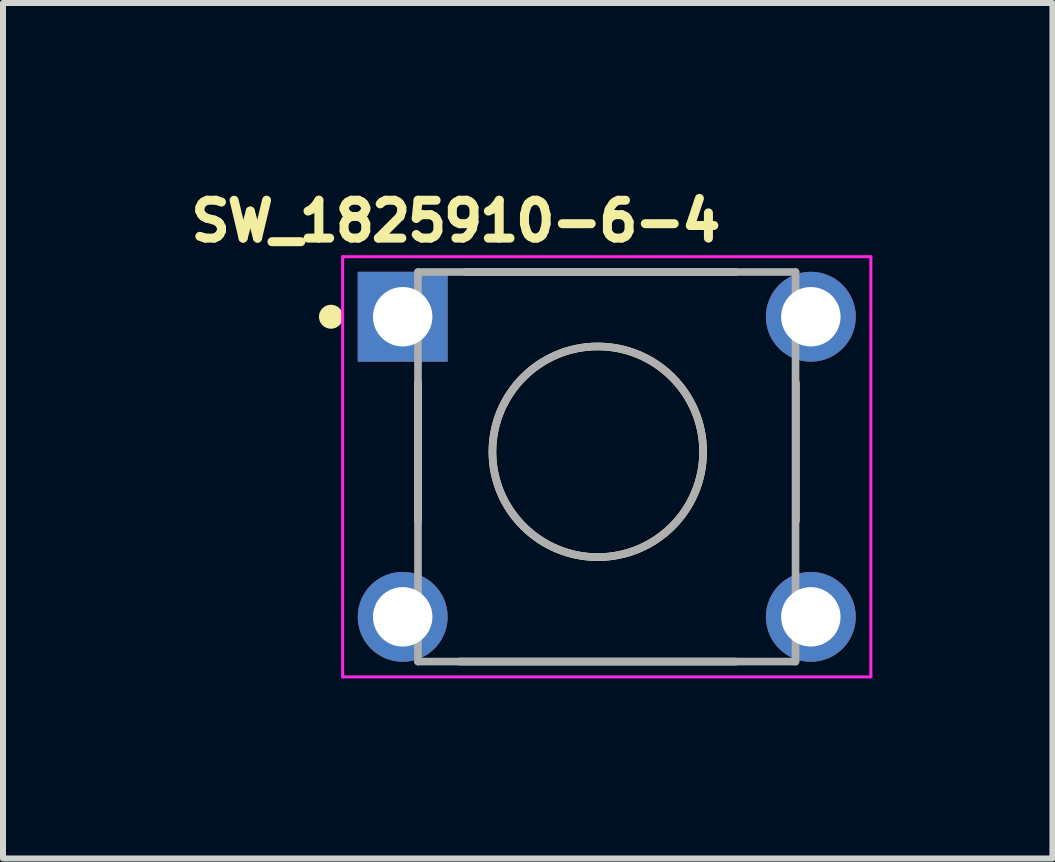
<source format=kicad_pcb>
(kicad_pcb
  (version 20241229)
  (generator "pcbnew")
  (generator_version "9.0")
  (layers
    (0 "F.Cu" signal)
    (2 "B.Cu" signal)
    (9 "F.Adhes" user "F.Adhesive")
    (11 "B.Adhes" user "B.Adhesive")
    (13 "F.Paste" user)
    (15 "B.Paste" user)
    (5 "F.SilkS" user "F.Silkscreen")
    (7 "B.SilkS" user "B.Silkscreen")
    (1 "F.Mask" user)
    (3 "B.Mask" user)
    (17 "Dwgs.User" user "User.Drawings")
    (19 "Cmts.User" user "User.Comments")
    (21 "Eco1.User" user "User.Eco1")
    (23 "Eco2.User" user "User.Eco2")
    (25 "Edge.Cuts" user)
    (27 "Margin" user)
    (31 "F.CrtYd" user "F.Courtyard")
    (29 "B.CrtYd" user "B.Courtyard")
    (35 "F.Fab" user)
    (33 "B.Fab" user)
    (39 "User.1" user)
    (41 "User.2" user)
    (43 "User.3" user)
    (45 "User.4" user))
  (footprint "SW_1825910-6-4"
    (layer "F.Cu")
    (at 6.909 4.477)
    (property "Reference" "SW_1825910-6-4" (at -2.363 -3.844 0) (layer "F.SilkS") (effects (font (size 0.631 0.631) (thickness 0.15))))
    (attr through_hole)
    (fp_line (start -2.995 -1.15) (end -2.995 1.15) (stroke (width 0.127) (type solid)) (layer "F.SilkS"))
    (fp_line (start -2.2 -2.995) (end 2.3 -2.995) (stroke (width 0.127) (type solid)) (layer "F.SilkS"))
    (fp_line (start 2.3 3.495) (end -2.3 3.495) (stroke (width 0.127) (type solid)) (layer "F.SilkS"))
    (fp_line (start 3.3 -1.15) (end 3.3 1.15) (stroke (width 0.127) (type solid)) (layer "F.SilkS"))
    (fp_circle (center -4.445 -2.25) (end -4.345 -2.25) (stroke (width 0.2) (type solid)) (fill no) (layer "F.SilkS"))
    (fp_circle (center 0 0) (end 1.755 0) (stroke (width 0.127) (type solid)) (fill no) (layer "F.SilkS"))
    (fp_line (start -4.25 -3.25) (end -4.25 3.75) (stroke (width 0.05) (type solid)) (layer "F.CrtYd"))
    (fp_line (start -4.25 3.75) (end 4.55 3.75) (stroke (width 0.05) (type solid)) (layer "F.CrtYd"))
    (fp_line (start 4.55 -3.25) (end -4.25 -3.25) (stroke (width 0.05) (type solid)) (layer "F.CrtYd"))
    (fp_line (start 4.55 3.75) (end 4.55 -3.25) (stroke (width 0.05) (type solid)) (layer "F.CrtYd"))
    (fp_line (start -2.995 -2.995) (end -2.995 3.495) (stroke (width 0.127) (type solid)) (layer "F.Fab"))
    (fp_line (start -2.995 3.495) (end 3.295 3.495) (stroke (width 0.127) (type solid)) (layer "F.Fab"))
    (fp_line (start 3.295 -2.995) (end -2.995 -2.995) (stroke (width 0.127) (type solid)) (layer "F.Fab"))
    (fp_line (start 3.295 3.495) (end 3.295 -2.995) (stroke (width 0.127) (type solid)) (layer "F.Fab"))
    (fp_circle (center 0 0) (end 1.755 0) (stroke (width 0.127) (type solid)) (fill no) (layer "F.Fab"))
    (pad "1" thru_hole rect (at -3.25 -2.25) (size 1.498 1.498) (drill 0.99) (layers "*.Cu" "*.Mask"))
    (pad "2" thru_hole circle (at 3.55 -2.25) (size 1.498 1.498) (drill 0.99) (layers "*.Cu" "*.Mask"))
    (pad "3" thru_hole circle (at -3.25 2.75) (size 1.498 1.498) (drill 0.99) (layers "*.Cu" "*.Mask"))
    (pad "4" thru_hole circle (at 3.55 2.75) (size 1.498 1.498) (drill 0.99) (layers "*.Cu" "*.Mask")))
  (gr_rect
    (start -3 -3)
    (end 14.484 11.252)
    (stroke (width 0.1) (type default))
    (fill no)
    (layer "Edge.Cuts")))
</source>
